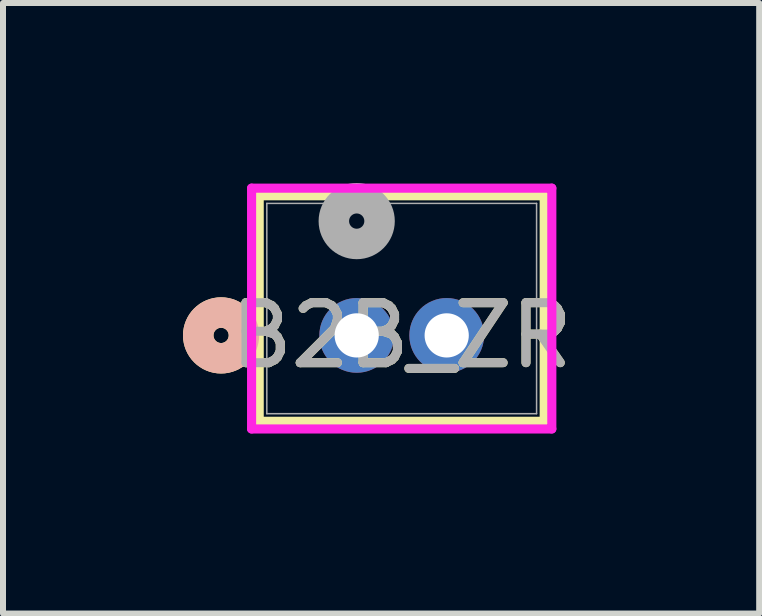
<source format=kicad_pcb>
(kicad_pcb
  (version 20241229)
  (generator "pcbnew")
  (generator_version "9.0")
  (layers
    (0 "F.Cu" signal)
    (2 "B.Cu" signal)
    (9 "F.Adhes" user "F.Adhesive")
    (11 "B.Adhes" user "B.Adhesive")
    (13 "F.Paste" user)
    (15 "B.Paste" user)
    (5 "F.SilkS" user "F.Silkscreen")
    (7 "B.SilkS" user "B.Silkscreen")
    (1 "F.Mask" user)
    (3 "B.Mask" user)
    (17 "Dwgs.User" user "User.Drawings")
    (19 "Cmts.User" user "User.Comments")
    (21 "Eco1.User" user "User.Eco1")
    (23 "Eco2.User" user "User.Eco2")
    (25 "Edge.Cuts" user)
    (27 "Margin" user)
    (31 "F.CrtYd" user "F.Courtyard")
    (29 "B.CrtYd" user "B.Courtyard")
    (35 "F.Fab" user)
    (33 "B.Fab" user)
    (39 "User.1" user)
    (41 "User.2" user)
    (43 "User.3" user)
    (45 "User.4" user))
  (footprint "B2B_ZR"
    (layer "F.Cu")
    (at 2.895 2.54)
    (property "Reference" "B2B_ZR" (at 0.75 0 0) (unlocked yes) (layer "F.SilkS") (effects (font (size 1 1) (thickness 0.15))))
    (attr through_hole)
    (fp_line (start -1.625 -2.327) (end -1.625 1.432) (stroke (width 0.152) (type solid)) (layer "F.SilkS"))
    (fp_line (start -1.625 1.432) (end 3.125 1.432) (stroke (width 0.152) (type solid)) (layer "F.SilkS"))
    (fp_line (start 3.125 -2.327) (end -1.625 -2.327) (stroke (width 0.152) (type solid)) (layer "F.SilkS"))
    (fp_line (start 3.125 1.432) (end 3.125 -2.327) (stroke (width 0.152) (type solid)) (layer "F.SilkS"))
    (fp_circle (center -2.26 0) (end -1.879 0) (stroke (width 0.508) (type solid)) (fill no) (layer "F.SilkS"))
    (fp_circle (center -2.26 0) (end -1.879 0) (stroke (width 0.508) (type solid)) (fill no) (layer "B.SilkS"))
    (fp_line (start -1.752 -2.454) (end -1.752 1.559) (stroke (width 0.152) (type solid)) (layer "F.CrtYd"))
    (fp_line (start -1.752 1.559) (end 3.252 1.559) (stroke (width 0.152) (type solid)) (layer "F.CrtYd"))
    (fp_line (start 3.252 -2.454) (end -1.752 -2.454) (stroke (width 0.152) (type solid)) (layer "F.CrtYd"))
    (fp_line (start 3.252 1.559) (end 3.252 -2.454) (stroke (width 0.152) (type solid)) (layer "F.CrtYd"))
    (fp_line (start -1.498 -2.2) (end -1.498 1.305) (stroke (width 0.025) (type solid)) (layer "F.Fab"))
    (fp_line (start -1.498 1.305) (end 2.998 1.305) (stroke (width 0.025) (type solid)) (layer "F.Fab"))
    (fp_line (start 2.998 -2.2) (end -1.498 -2.2) (stroke (width 0.025) (type solid)) (layer "F.Fab"))
    (fp_line (start 2.998 1.305) (end 2.998 -2.2) (stroke (width 0.025) (type solid)) (layer "F.Fab"))
    (fp_circle (center 0 -1.905) (end 0.381 -1.905) (stroke (width 0.508) (type solid)) (fill no) (layer "F.Fab"))
    (fp_text user "${REFERENCE}" (at 0.75 0 0) (unlocked yes) (layer "F.Fab") (effects (font (size 1 1) (thickness 0.15))))
    (pad "1" thru_hole circle (at 0 0) (size 1.245 1.245) (drill 0.737) (layers "*.Cu" "*.Mask"))
    (pad "2" thru_hole circle (at 1.5 0) (size 1.245 1.245) (drill 0.737) (layers "*.Cu" "*.Mask")))
  (gr_rect
    (start -3 -3)
    (end 9.603 7.175)
    (stroke (width 0.1) (type default))
    (fill no)
    (layer "Edge.Cuts")))
</source>
